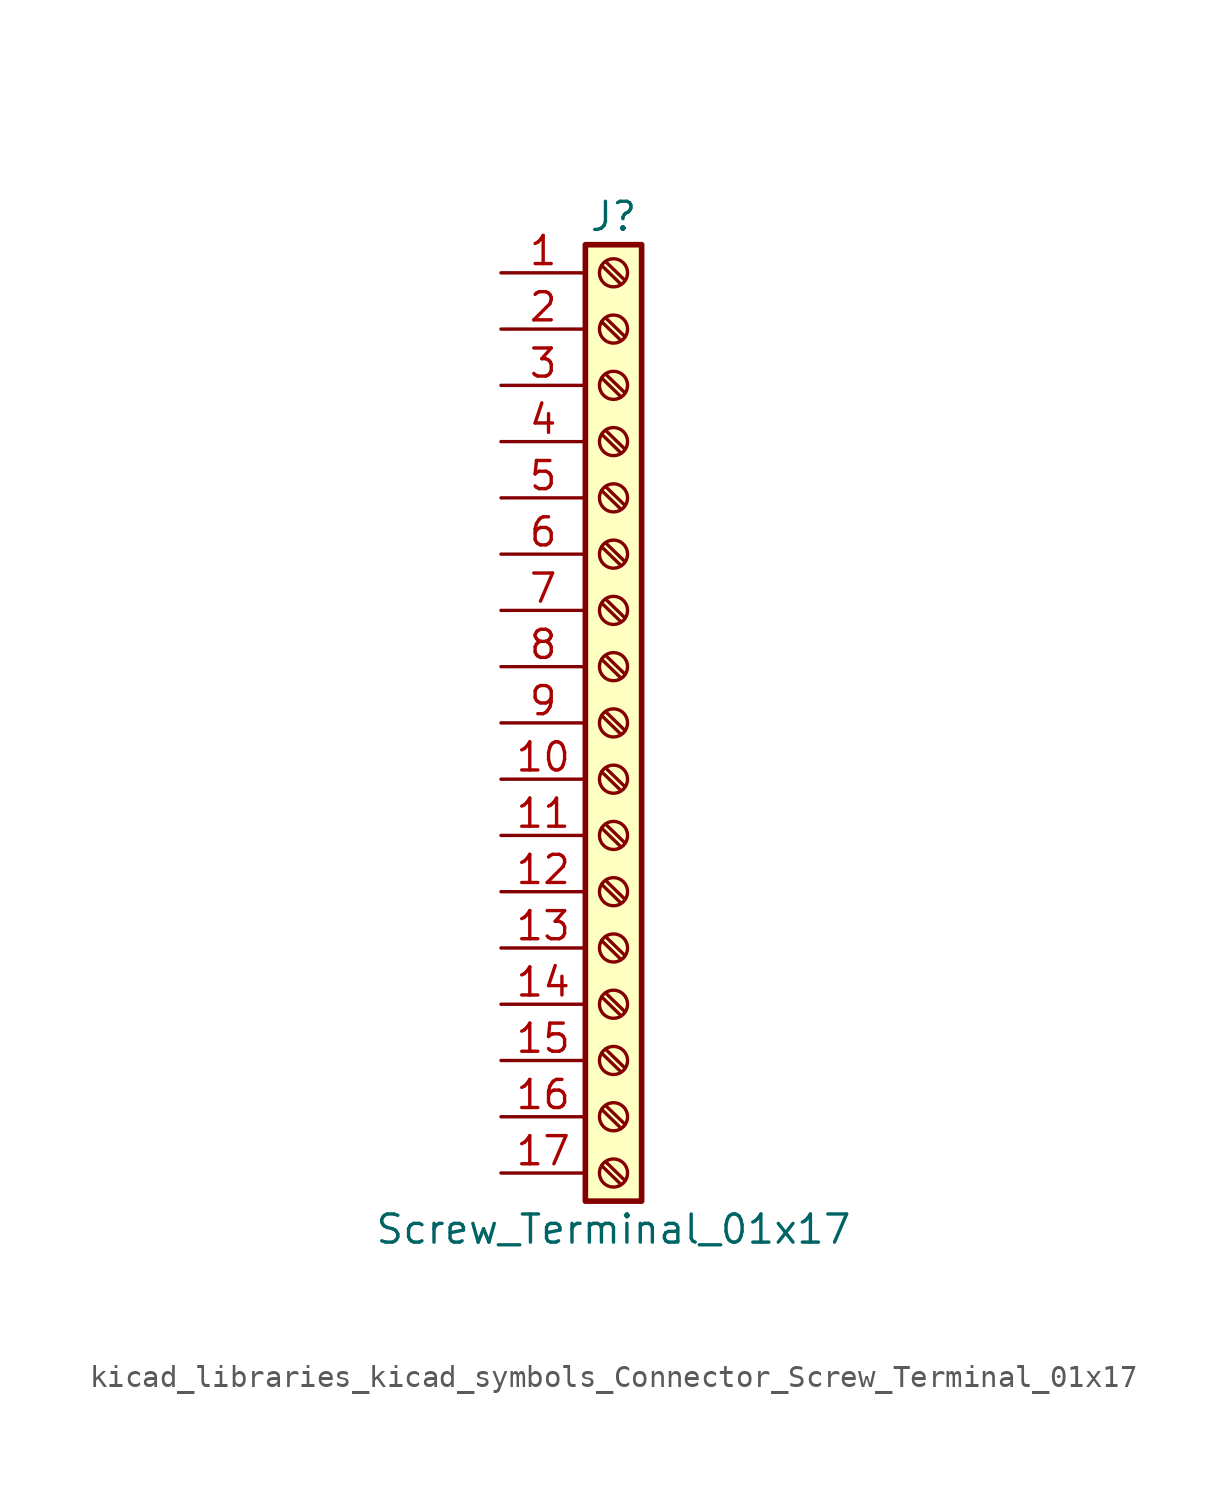
<source format=kicad_sym>
(kicad_symbol_lib
  (version 20220914)
  (generator kicad_symbol_editor)
  (symbol "kicad_libraries_kicad_symbols_Connector_Screw_Terminal_01x17"
    (pin_names
      (offset 1.016) hide)
    (property "Reference" "J"
      (at 0 22.86 0)
      (effects (font (size 1.27 1.27))))
    (property "Value" "Screw_Terminal_01x17"
      (at 0 -22.86 0)
      (effects (font (size 1.27 1.27))))
    (symbol "kicad_libraries_kicad_symbols_Connector_Screw_Terminal_01x17_1_1"
      (rectangle (start -1.27 21.59) (end 1.27 -21.59) (stroke (width 0.254) (type default)) (fill (type background)))
      (circle (center 0 -20.32) (radius 0.635) (stroke (width 0.152) (type default)) (fill (type none)))
      (circle (center 0 -17.78) (radius 0.635) (stroke (width 0.152) (type default)) (fill (type none)))
      (circle (center 0 -15.24) (radius 0.635) (stroke (width 0.152) (type default)) (fill (type none)))
      (circle (center 0 -12.7) (radius 0.635) (stroke (width 0.152) (type default)) (fill (type none)))
      (circle (center 0 -10.16) (radius 0.635) (stroke (width 0.152) (type default)) (fill (type none)))
      (circle (center 0 -7.62) (radius 0.635) (stroke (width 0.152) (type default)) (fill (type none)))
      (circle (center 0 -5.08) (radius 0.635) (stroke (width 0.152) (type default)) (fill (type none)))
      (circle (center 0 -2.54) (radius 0.635) (stroke (width 0.152) (type default)) (fill (type none)))
      (polyline (pts (xy -0.533 -19.99) (xy 0.33 -20.828)) (stroke (width 0.152) (type default)) (fill (type none)))
      (polyline (pts (xy -0.533 -17.45) (xy 0.33 -18.288)) (stroke (width 0.152) (type default)) (fill (type none)))
      (polyline (pts (xy -0.533 -14.91) (xy 0.33 -15.748)) (stroke (width 0.152) (type default)) (fill (type none)))
      (polyline (pts (xy -0.533 -12.37) (xy 0.33 -13.208)) (stroke (width 0.152) (type default)) (fill (type none)))
      (polyline (pts (xy -0.533 -9.83) (xy 0.33 -10.668)) (stroke (width 0.152) (type default)) (fill (type none)))
      (polyline (pts (xy -0.533 -7.29) (xy 0.33 -8.128)) (stroke (width 0.152) (type default)) (fill (type none)))
      (polyline (pts (xy -0.533 -4.75) (xy 0.33 -5.588)) (stroke (width 0.152) (type default)) (fill (type none)))
      (polyline (pts (xy -0.533 -2.21) (xy 0.33 -3.048)) (stroke (width 0.152) (type default)) (fill (type none)))
      (polyline (pts (xy -0.533 0.33) (xy 0.33 -0.508)) (stroke (width 0.152) (type default)) (fill (type none)))
      (polyline (pts (xy -0.533 2.87) (xy 0.33 2.032)) (stroke (width 0.152) (type default)) (fill (type none)))
      (polyline (pts (xy -0.533 5.41) (xy 0.33 4.572)) (stroke (width 0.152) (type default)) (fill (type none)))
      (polyline (pts (xy -0.533 7.95) (xy 0.33 7.112)) (stroke (width 0.152) (type default)) (fill (type none)))
      (polyline (pts (xy -0.533 10.49) (xy 0.33 9.652)) (stroke (width 0.152) (type default)) (fill (type none)))
      (polyline (pts (xy -0.533 13.03) (xy 0.33 12.192)) (stroke (width 0.152) (type default)) (fill (type none)))
      (polyline (pts (xy -0.533 15.57) (xy 0.33 14.732)) (stroke (width 0.152) (type default)) (fill (type none)))
      (polyline (pts (xy -0.533 18.11) (xy 0.33 17.272)) (stroke (width 0.152) (type default)) (fill (type none)))
      (polyline (pts (xy -0.533 20.65) (xy 0.33 19.812)) (stroke (width 0.152) (type default)) (fill (type none)))
      (polyline (pts (xy -0.356 -19.812) (xy 0.508 -20.65)) (stroke (width 0.152) (type default)) (fill (type none)))
      (polyline (pts (xy -0.356 -17.272) (xy 0.508 -18.11)) (stroke (width 0.152) (type default)) (fill (type none)))
      (polyline (pts (xy -0.356 -14.732) (xy 0.508 -15.57)) (stroke (width 0.152) (type default)) (fill (type none)))
      (polyline (pts (xy -0.356 -12.192) (xy 0.508 -13.03)) (stroke (width 0.152) (type default)) (fill (type none)))
      (polyline (pts (xy -0.356 -9.652) (xy 0.508 -10.49)) (stroke (width 0.152) (type default)) (fill (type none)))
      (polyline (pts (xy -0.356 -7.112) (xy 0.508 -7.95)) (stroke (width 0.152) (type default)) (fill (type none)))
      (polyline (pts (xy -0.356 -4.572) (xy 0.508 -5.41)) (stroke (width 0.152) (type default)) (fill (type none)))
      (polyline (pts (xy -0.356 -2.032) (xy 0.508 -2.87)) (stroke (width 0.152) (type default)) (fill (type none)))
      (polyline (pts (xy -0.356 0.508) (xy 0.508 -0.33)) (stroke (width 0.152) (type default)) (fill (type none)))
      (polyline (pts (xy -0.356 3.048) (xy 0.508 2.21)) (stroke (width 0.152) (type default)) (fill (type none)))
      (polyline (pts (xy -0.356 5.588) (xy 0.508 4.75)) (stroke (width 0.152) (type default)) (fill (type none)))
      (polyline (pts (xy -0.356 8.128) (xy 0.508 7.29)) (stroke (width 0.152) (type default)) (fill (type none)))
      (polyline (pts (xy -0.356 10.668) (xy 0.508 9.83)) (stroke (width 0.152) (type default)) (fill (type none)))
      (polyline (pts (xy -0.356 13.208) (xy 0.508 12.37)) (stroke (width 0.152) (type default)) (fill (type none)))
      (polyline (pts (xy -0.356 15.748) (xy 0.508 14.91)) (stroke (width 0.152) (type default)) (fill (type none)))
      (polyline (pts (xy -0.356 18.288) (xy 0.508 17.45)) (stroke (width 0.152) (type default)) (fill (type none)))
      (polyline (pts (xy -0.356 20.828) (xy 0.508 19.99)) (stroke (width 0.152) (type default)) (fill (type none)))
      (circle (center 0 0) (radius 0.635) (stroke (width 0.152) (type default)) (fill (type none)))
      (circle (center 0 2.54) (radius 0.635) (stroke (width 0.152) (type default)) (fill (type none)))
      (circle (center 0 5.08) (radius 0.635) (stroke (width 0.152) (type default)) (fill (type none)))
      (circle (center 0 7.62) (radius 0.635) (stroke (width 0.152) (type default)) (fill (type none)))
      (circle (center 0 10.16) (radius 0.635) (stroke (width 0.152) (type default)) (fill (type none)))
      (circle (center 0 12.7) (radius 0.635) (stroke (width 0.152) (type default)) (fill (type none)))
      (circle (center 0 15.24) (radius 0.635) (stroke (width 0.152) (type default)) (fill (type none)))
      (circle (center 0 17.78) (radius 0.635) (stroke (width 0.152) (type default)) (fill (type none)))
      (circle (center 0 20.32) (radius 0.635) (stroke (width 0.152) (type default)) (fill (type none)))
      (pin passive line (at -5.08 20.32 0) (length 3.81) (name "Pin_1" (effects (font (size 1.27 1.27)))) (number "1" (effects (font (size 1.27 1.27)))))
      (pin passive line (at -5.08 -2.54 0) (length 3.81) (name "Pin_10" (effects (font (size 1.27 1.27)))) (number "10" (effects (font (size 1.27 1.27)))))
      (pin passive line (at -5.08 -5.08 0) (length 3.81) (name "Pin_11" (effects (font (size 1.27 1.27)))) (number "11" (effects (font (size 1.27 1.27)))))
      (pin passive line (at -5.08 -7.62 0) (length 3.81) (name "Pin_12" (effects (font (size 1.27 1.27)))) (number "12" (effects (font (size 1.27 1.27)))))
      (pin passive line (at -5.08 -10.16 0) (length 3.81) (name "Pin_13" (effects (font (size 1.27 1.27)))) (number "13" (effects (font (size 1.27 1.27)))))
      (pin passive line (at -5.08 -12.7 0) (length 3.81) (name "Pin_14" (effects (font (size 1.27 1.27)))) (number "14" (effects (font (size 1.27 1.27)))))
      (pin passive line (at -5.08 -15.24 0) (length 3.81) (name "Pin_15" (effects (font (size 1.27 1.27)))) (number "15" (effects (font (size 1.27 1.27)))))
      (pin passive line (at -5.08 -17.78 0) (length 3.81) (name "Pin_16" (effects (font (size 1.27 1.27)))) (number "16" (effects (font (size 1.27 1.27)))))
      (pin passive line (at -5.08 -20.32 0) (length 3.81) (name "Pin_17" (effects (font (size 1.27 1.27)))) (number "17" (effects (font (size 1.27 1.27)))))
      (pin passive line (at -5.08 17.78 0) (length 3.81) (name "Pin_2" (effects (font (size 1.27 1.27)))) (number "2" (effects (font (size 1.27 1.27)))))
      (pin passive line (at -5.08 15.24 0) (length 3.81) (name "Pin_3" (effects (font (size 1.27 1.27)))) (number "3" (effects (font (size 1.27 1.27)))))
      (pin passive line (at -5.08 12.7 0) (length 3.81) (name "Pin_4" (effects (font (size 1.27 1.27)))) (number "4" (effects (font (size 1.27 1.27)))))
      (pin passive line (at -5.08 10.16 0) (length 3.81) (name "Pin_5" (effects (font (size 1.27 1.27)))) (number "5" (effects (font (size 1.27 1.27)))))
      (pin passive line (at -5.08 7.62 0) (length 3.81) (name "Pin_6" (effects (font (size 1.27 1.27)))) (number "6" (effects (font (size 1.27 1.27)))))
      (pin passive line (at -5.08 5.08 0) (length 3.81) (name "Pin_7" (effects (font (size 1.27 1.27)))) (number "7" (effects (font (size 1.27 1.27)))))
      (pin passive line (at -5.08 2.54 0) (length 3.81) (name "Pin_8" (effects (font (size 1.27 1.27)))) (number "8" (effects (font (size 1.27 1.27)))))
      (pin passive line (at -5.08 0 0) (length 3.81) (name "Pin_9" (effects (font (size 1.27 1.27)))) (number "9" (effects (font (size 1.27 1.27))))))))
</source>
